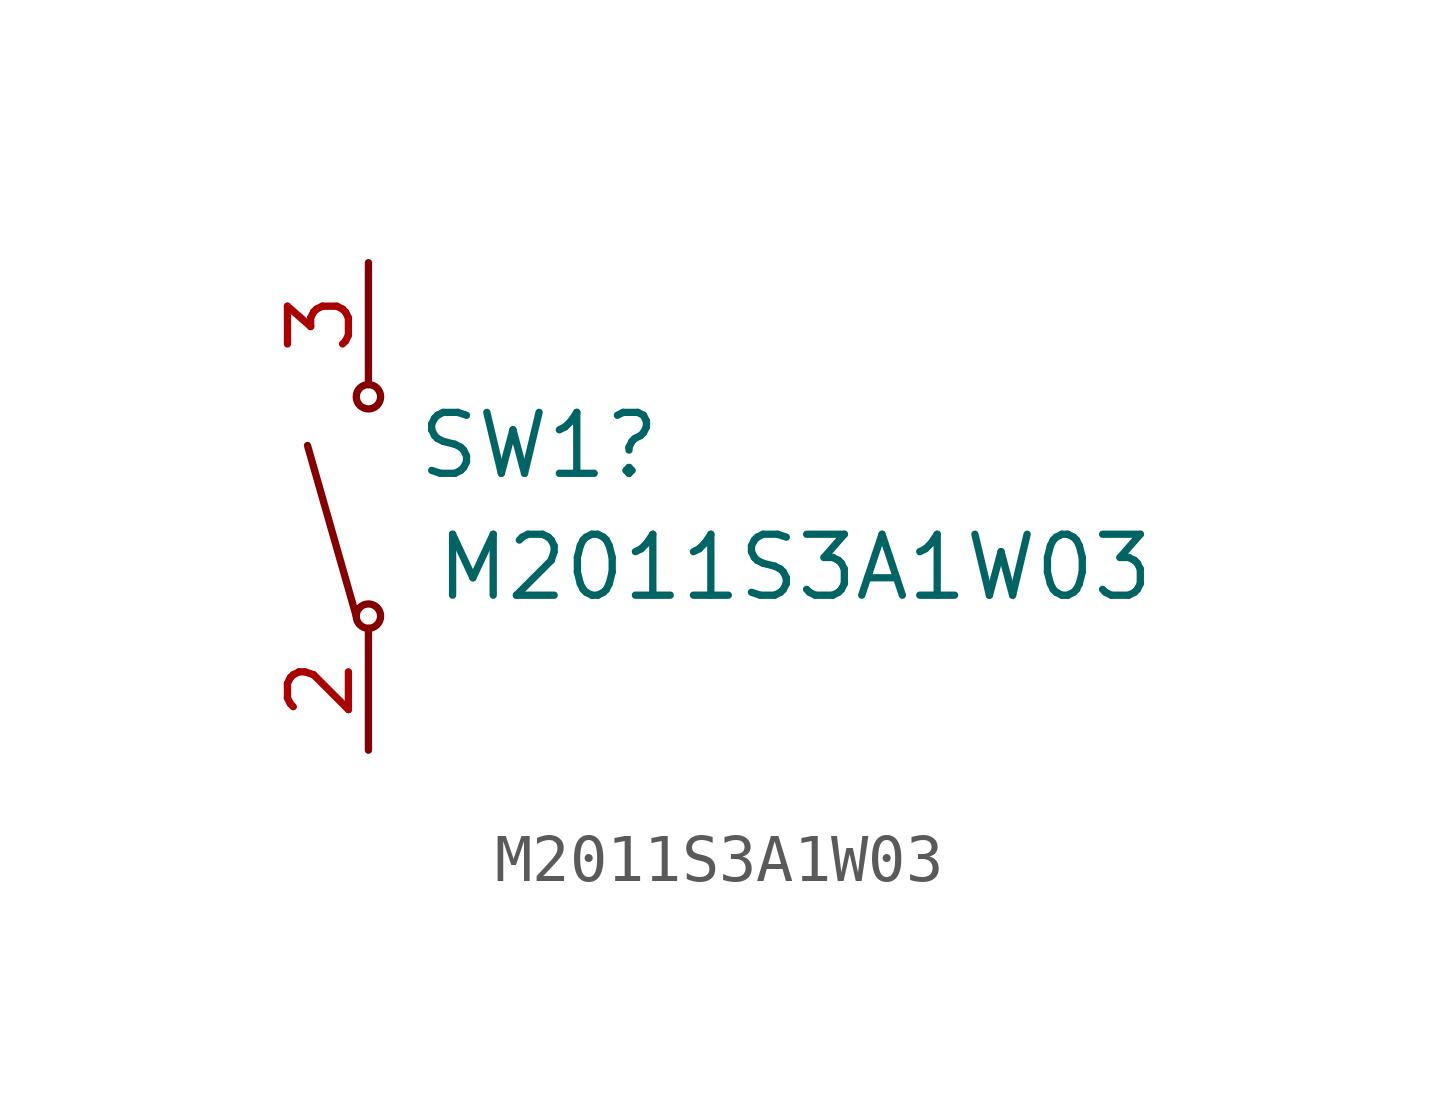
<source format=kicad_sym>
(kicad_symbol_lib
  (version 20241209)
  (generator "kicad_symbol_editor")
  (generator_version "9.0")
  (symbol "M2011S3A1W03"
    (pin_names
      (hide yes))
    (property "Reference" "SW1"
      (at 2.286 0 0)
      (effects (font (size 1.27 1.27))))
    (property "Value" "M2011S3A1W03"
      (at 7.62 -2.54 0)
      (effects (font (size 1.27 1.27))))
    (symbol "M2011S3A1W03_0_1"
      (polyline (pts (xy -1.524 -3.556) (xy -2.54 0)) (stroke (width 0) (type default)) (fill (type none)))
      (circle (center -1.27 1.016) (radius 0.254) (stroke (width 0) (type default)) (fill (type none)))
      (circle (center -1.27 -3.556) (radius 0.254) (stroke (width 0) (type default)) (fill (type none))))
    (symbol "M2011S3A1W03_1_1"
      (pin passive line (at -1.27 3.81 270) (length 2.54) (name "B" (effects (font (size 1.27 1.27)))) (number "3" (effects (font (size 1.27 1.27)))))
      (pin passive line (at -1.27 -6.35 90) (length 2.54) (name "A" (effects (font (size 1.27 1.27)))) (number "2" (effects (font (size 1.27 1.27))))))))
</source>
